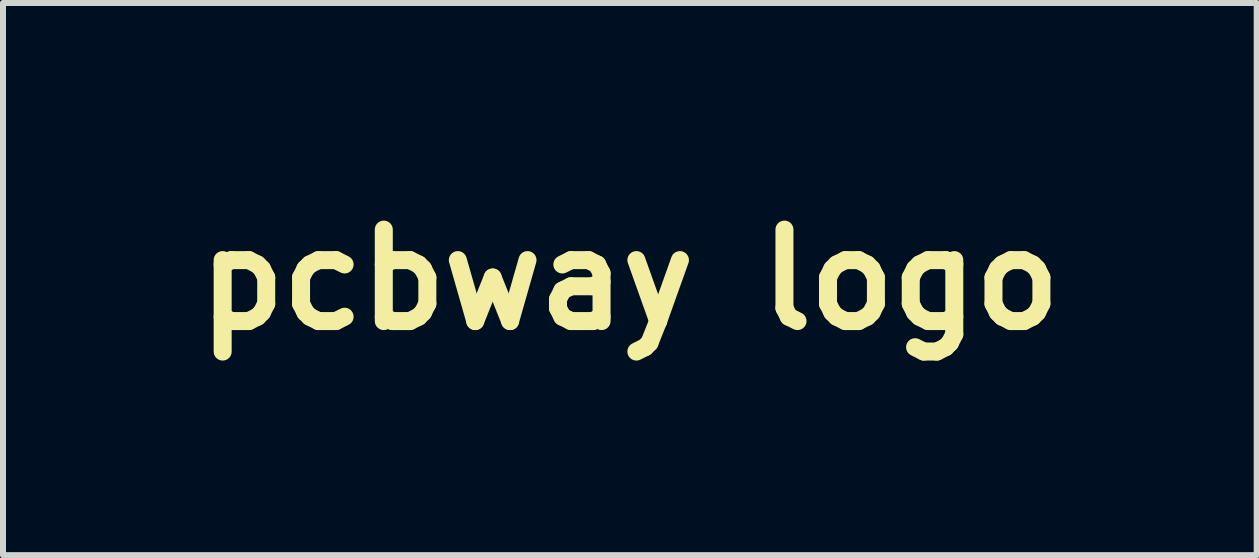
<source format=kicad_pcb>
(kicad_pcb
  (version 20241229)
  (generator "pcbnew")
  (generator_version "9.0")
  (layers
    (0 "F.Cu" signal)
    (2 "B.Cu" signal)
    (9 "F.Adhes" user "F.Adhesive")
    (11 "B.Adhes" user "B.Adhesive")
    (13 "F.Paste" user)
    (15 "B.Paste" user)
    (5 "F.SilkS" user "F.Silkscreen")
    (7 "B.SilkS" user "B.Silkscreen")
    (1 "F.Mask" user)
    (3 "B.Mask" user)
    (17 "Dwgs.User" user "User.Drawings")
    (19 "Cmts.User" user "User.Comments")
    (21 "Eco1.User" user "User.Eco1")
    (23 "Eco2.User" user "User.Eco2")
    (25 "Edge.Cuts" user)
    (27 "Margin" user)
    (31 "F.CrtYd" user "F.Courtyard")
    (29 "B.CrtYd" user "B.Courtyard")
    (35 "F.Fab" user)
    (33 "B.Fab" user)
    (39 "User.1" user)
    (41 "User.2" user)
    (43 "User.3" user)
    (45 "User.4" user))
  (footprint "pcbway logo"
    (layer "F.Cu")
    (at 7.446 1.611)
    (property "Reference" "pcbway logo" (at 0 0 0) (layer "F.SilkS") (effects (font (size 1.524 1.524) (thickness 0.3))))
    (attr through_hole)
    (fp_poly (pts (xy -4.779 -1.569) (xy -4.491 -1.55) (xy -4.3 -1.528) (xy -4.175 -1.493) (xy -4.083 -1.436) (xy -3.996 -1.349) (xy -3.978 -1.329) (xy -3.86 -1.174) (xy -3.82 -1.032) (xy -3.831 -0.864) (xy -3.913 -0.606) (xy -4.087 -0.426) (xy -4.36 -0.318) (xy -4.504 -0.292) (xy -4.7 -0.274) (xy -4.845 -0.275) (xy -4.889 -0.285) (xy -4.921 -0.247) (xy -4.949 -0.111) (xy -4.966 0.078) (xy -4.98 0.296) (xy -5.005 0.418) (xy -5.054 0.474) (xy -5.14 0.494) (xy -5.146 0.495) (xy -5.285 0.493) (xy -5.352 0.469) (xy -5.368 0.393) (xy -5.381 0.212) (xy -5.391 -0.05) (xy -5.396 -0.371) (xy -5.397 -0.591) (xy -5.397 -1.206) (xy -4.953 -1.206) (xy -4.953 -0.635) (xy -4.704 -0.635) (xy -4.507 -0.661) (xy -4.364 -0.726) (xy -4.354 -0.735) (xy -4.265 -0.887) (xy -4.287 -1.028) (xy -4.406 -1.14) (xy -4.607 -1.201) (xy -4.704 -1.206) (xy -4.953 -1.206) (xy -5.397 -1.206) (xy -5.397 -1.606) (xy -4.779 -1.569)) (stroke (width 0.01) (type solid)) (fill no) (layer "Eco2.User"))
    (fp_poly (pts (xy -2.421 -1.476) (xy -2.152 -1.37) (xy -2.103 -1.339) (xy -1.973 -1.241) (xy -1.934 -1.177) (xy -1.975 -1.109) (xy -2.016 -1.067) (xy -2.097 -0.995) (xy -2.17 -0.979) (xy -2.28 -1.019) (xy -2.401 -1.081) (xy -2.683 -1.177) (xy -2.935 -1.151) (xy -3.17 -1.003) (xy -3.202 -0.972) (xy -3.341 -0.762) (xy -3.374 -0.543) (xy -3.32 -0.331) (xy -3.194 -0.147) (xy -3.017 -0.008) (xy -2.804 0.066) (xy -2.575 0.058) (xy -2.347 -0.052) (xy -2.334 -0.062) (xy -2.221 -0.144) (xy -2.151 -0.147) (xy -2.07 -0.071) (xy -2.062 -0.062) (xy -1.986 0.037) (xy -1.999 0.113) (xy -2.063 0.19) (xy -2.23 0.307) (xy -2.472 0.397) (xy -2.735 0.442) (xy -2.796 0.444) (xy -2.949 0.416) (xy -3.149 0.343) (xy -3.236 0.302) (xy -3.498 0.104) (xy -3.668 -0.156) (xy -3.746 -0.453) (xy -3.731 -0.761) (xy -3.621 -1.053) (xy -3.417 -1.304) (xy -3.287 -1.401) (xy -3.038 -1.494) (xy -2.733 -1.518) (xy -2.421 -1.476)) (stroke (width 0.01) (type solid)) (fill no) (layer "Eco2.User"))
    (fp_poly (pts (xy 0.44 -1.191) (xy 0.493 -0.93) (xy 0.549 -0.677) (xy 0.583 -0.54) (xy 0.649 -0.286) (xy 0.972 -1.587) (xy 1.515 -1.587) (xy 1.658 -0.949) (xy 1.72 -0.695) (xy 1.777 -0.505) (xy 1.822 -0.401) (xy 1.843 -0.393) (xy 1.874 -0.49) (xy 1.921 -0.678) (xy 1.976 -0.923) (xy 1.998 -1.032) (xy 2.112 -1.587) (xy 2.654 -1.587) (xy 2.127 0.476) (xy 1.556 0.476) (xy 1.404 -0.112) (xy 1.336 -0.361) (xy 1.277 -0.551) (xy 1.236 -0.659) (xy 1.223 -0.673) (xy 1.196 -0.602) (xy 1.147 -0.438) (xy 1.086 -0.208) (xy 1.054 -0.084) (xy 0.913 0.476) (xy 0.648 0.496) (xy 0.47 0.498) (xy 0.374 0.458) (xy 0.319 0.369) (xy 0.28 0.253) (xy 0.22 0.042) (xy 0.147 -0.234) (xy 0.068 -0.546) (xy 0.062 -0.572) (xy -0.014 -0.881) (xy -0.082 -1.152) (xy -0.135 -1.358) (xy -0.164 -1.471) (xy -0.166 -1.476) (xy -0.168 -1.546) (xy -0.1 -1.579) (xy 0.064 -1.587) (xy 0.083 -1.587) (xy 0.364 -1.587) (xy 0.44 -1.191)) (stroke (width 0.01) (type solid)) (fill no) (layer "Eco2.User"))
    (fp_poly (pts (xy 3.633 -1.059) (xy 3.849 -0.919) (xy 3.918 -0.84) (xy 3.963 -0.75) (xy 3.988 -0.62) (xy 3.998 -0.421) (xy 4 -0.13) (xy 4 0.508) (xy 3.791 0.508) (xy 3.623 0.486) (xy 3.507 0.434) (xy 3.505 0.432) (xy 3.419 0.388) (xy 3.353 0.432) (xy 3.205 0.501) (xy 3.005 0.505) (xy 2.805 0.449) (xy 2.678 0.361) (xy 2.564 0.155) (xy 2.556 0.037) (xy 3.053 0.037) (xy 3.115 0.134) (xy 3.24 0.165) (xy 3.291 0.154) (xy 3.409 0.129) (xy 3.434 0.127) (xy 3.475 0.072) (xy 3.492 -0.061) (xy 3.493 -0.064) (xy 3.46 -0.211) (xy 3.36 -0.255) (xy 3.186 -0.196) (xy 3.171 -0.188) (xy 3.066 -0.084) (xy 3.053 0.037) (xy 2.556 0.037) (xy 2.548 -0.085) (xy 2.601 -0.249) (xy 2.736 -0.376) (xy 2.986 -0.478) (xy 3.254 -0.538) (xy 3.407 -0.577) (xy 3.488 -0.625) (xy 3.493 -0.637) (xy 3.436 -0.702) (xy 3.294 -0.741) (xy 3.104 -0.747) (xy 2.909 -0.717) (xy 2.667 -0.653) (xy 2.667 -0.862) (xy 2.676 -0.992) (xy 2.726 -1.061) (xy 2.85 -1.098) (xy 2.952 -1.115) (xy 3.324 -1.13) (xy 3.633 -1.059)) (stroke (width 0.01) (type solid)) (fill no) (layer "Eco2.User"))
    (fp_poly (pts (xy -1.213 -1.578) (xy -0.904 -1.562) (xy -0.694 -1.538) (xy -0.556 -1.501) (xy -0.462 -1.445) (xy -0.451 -1.435) (xy -0.343 -1.26) (xy -0.321 -1.043) (xy -0.386 -0.838) (xy -0.445 -0.762) (xy -0.515 -0.673) (xy -0.508 -0.635) (xy -0.508 -0.635) (xy -0.38 -0.578) (xy -0.269 -0.435) (xy -0.202 -0.245) (xy -0.193 -0.143) (xy -0.222 0.082) (xy -0.317 0.249) (xy -0.491 0.367) (xy -0.758 0.443) (xy -1.132 0.487) (xy -1.252 0.494) (xy -1.841 0.525) (xy -1.841 -0.163) (xy -1.27 -0.163) (xy -1.26 -0.012) (xy -1.207 0.051) (xy -1.074 0.063) (xy -1.056 0.064) (xy -0.883 0.035) (xy -0.761 -0.034) (xy -0.758 -0.037) (xy -0.71 -0.165) (xy -0.773 -0.277) (xy -0.93 -0.351) (xy -1.038 -0.369) (xy -1.191 -0.374) (xy -1.256 -0.333) (xy -1.27 -0.21) (xy -1.27 -0.163) (xy -1.841 -0.163) (xy -1.841 -0.984) (xy -1.27 -0.984) (xy -1.255 -0.83) (xy -1.199 -0.769) (xy -1.148 -0.762) (xy -1.004 -0.805) (xy -0.925 -0.862) (xy -0.846 -0.96) (xy -0.826 -1.008) (xy -0.88 -1.11) (xy -1.011 -1.186) (xy -1.124 -1.206) (xy -1.223 -1.187) (xy -1.264 -1.106) (xy -1.27 -0.984) (xy -1.841 -0.984) (xy -1.841 -1.599) (xy -1.213 -1.578)) (stroke (width 0.01) (type solid)) (fill no) (layer "Eco2.User"))
    (fp_poly (pts (xy 4.627 -0.635) (xy 4.699 -0.42) (xy 4.758 -0.263) (xy 4.792 -0.192) (xy 4.794 -0.191) (xy 4.824 -0.246) (xy 4.88 -0.393) (xy 4.951 -0.601) (xy 4.962 -0.635) (xy 5.105 -1.079) (xy 5.346 -1.079) (xy 5.501 -1.068) (xy 5.583 -1.041) (xy 5.587 -1.032) (xy 5.566 -0.958) (xy 5.508 -0.788) (xy 5.421 -0.545) (xy 5.313 -0.251) (xy 5.27 -0.135) (xy 5.156 0.173) (xy 5.061 0.438) (xy 4.991 0.638) (xy 4.956 0.75) (xy 4.953 0.765) (xy 5.011 0.797) (xy 5.162 0.831) (xy 5.369 0.86) (xy 5.609 0.892) (xy 5.725 0.922) (xy 5.721 0.945) (xy 5.6 0.959) (xy 5.364 0.961) (xy 5.271 0.958) (xy 5.016 0.959) (xy 4.864 0.981) (xy 4.826 1.012) (xy 4.77 1.054) (xy 4.629 1.078) (xy 4.572 1.079) (xy 4.395 1.063) (xy 4.322 1.011) (xy 4.318 0.985) (xy 4.264 0.902) (xy 4.143 0.843) (xy 4.038 0.831) (xy 3.822 0.82) (xy 3.514 0.81) (xy 3.13 0.803) (xy 2.688 0.798) (xy 2.204 0.796) (xy 2 0.796) (xy 1.308 0.801) (xy 0.666 0.814) (xy 0.057 0.839) (xy -0.538 0.875) (xy -1.137 0.927) (xy -1.758 0.995) (xy -2.42 1.081) (xy -3.141 1.188) (xy -3.938 1.317) (xy -4.831 1.47) (xy -5.387 1.568) (xy -5.529 1.585) (xy -5.581 1.552) (xy -5.578 1.455) (xy -5.557 1.383) (xy -5.502 1.329) (xy -5.388 1.285) (xy -5.193 1.239) (xy -4.965 1.195) (xy -4.534 1.123) (xy -4.008 1.044) (xy -3.417 0.964) (xy -2.794 0.887) (xy -2.169 0.815) (xy -1.574 0.754) (xy -1.039 0.706) (xy -0.857 0.692) (xy -0.565 0.677) (xy -0.187 0.665) (xy 0.259 0.657) (xy 0.752 0.653) (xy 1.275 0.652) (xy 1.808 0.655) (xy 2.334 0.66) (xy 2.833 0.669) (xy 3.287 0.68) (xy 3.676 0.694) (xy 3.983 0.71) (xy 4.187 0.728) (xy 4.232 0.735) (xy 4.375 0.739) (xy 4.459 0.677) (xy 4.484 0.54) (xy 4.449 0.317) (xy 4.355 -0.000449) (xy 4.234 -0.337) (xy 3.954 -1.079) (xy 4.484 -1.079) (xy 4.627 -0.635)) (stroke (width 0.01) (type solid)) (fill no) (layer "Eco2.User")))
  (gr_rect
    (start -3 -3)
    (end 17.892 6.201)
    (stroke (width 0.1) (type default))
    (fill no)
    (layer "Edge.Cuts")))
</source>
